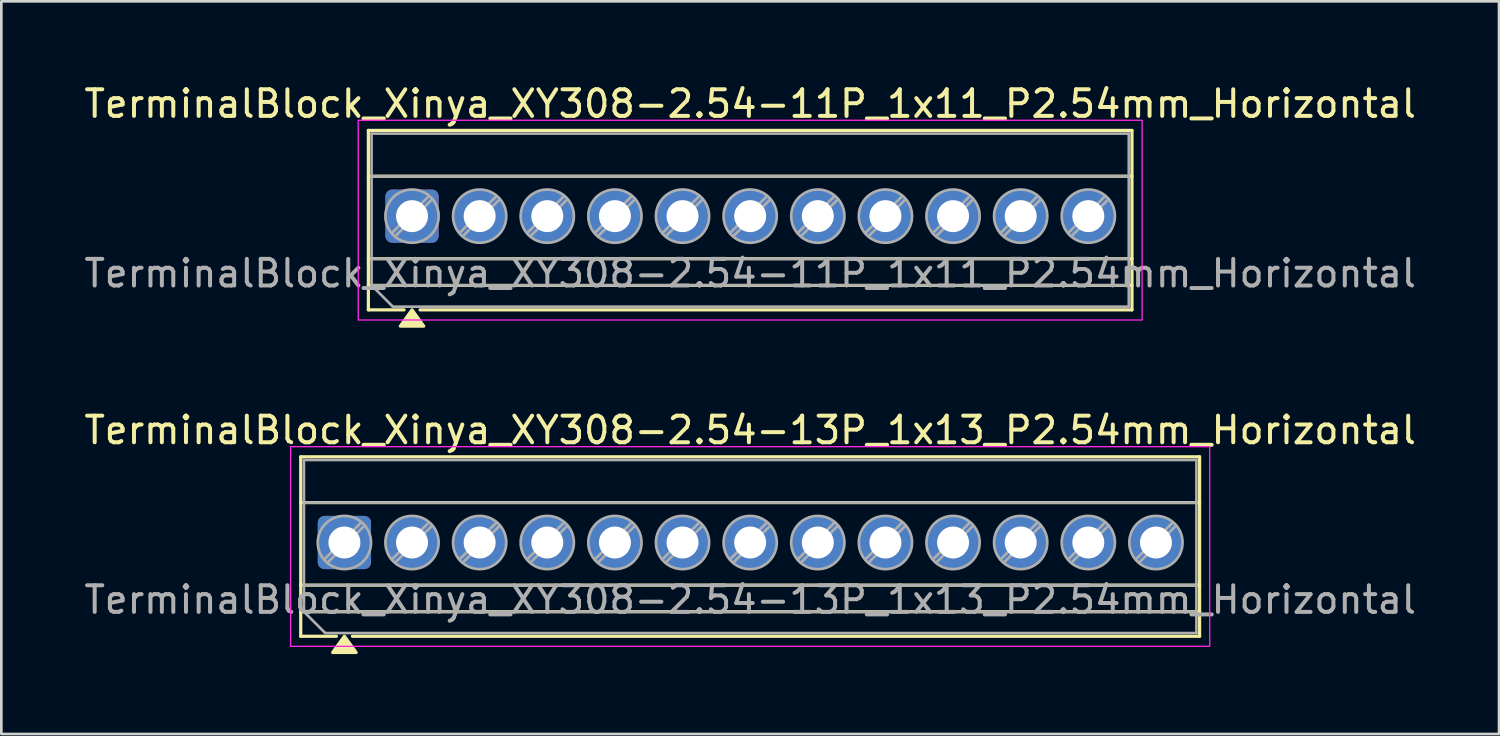
<source format=kicad_pcb>
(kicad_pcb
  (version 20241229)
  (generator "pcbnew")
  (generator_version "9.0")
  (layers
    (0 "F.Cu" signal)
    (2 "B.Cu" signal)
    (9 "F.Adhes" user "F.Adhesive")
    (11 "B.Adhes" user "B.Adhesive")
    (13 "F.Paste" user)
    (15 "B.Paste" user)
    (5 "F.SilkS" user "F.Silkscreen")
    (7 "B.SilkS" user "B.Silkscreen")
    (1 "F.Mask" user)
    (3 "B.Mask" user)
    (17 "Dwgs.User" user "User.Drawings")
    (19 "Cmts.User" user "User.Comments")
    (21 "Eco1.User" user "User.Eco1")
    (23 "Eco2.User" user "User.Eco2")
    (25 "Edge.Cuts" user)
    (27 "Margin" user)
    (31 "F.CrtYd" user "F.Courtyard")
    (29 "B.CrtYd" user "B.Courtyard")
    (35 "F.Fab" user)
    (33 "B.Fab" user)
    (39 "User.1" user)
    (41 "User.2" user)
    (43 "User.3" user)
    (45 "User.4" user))
  (footprint "TerminalBlock_Xinya_XY308-2.54-11P_1x11_P2.54mm_Horizontal"
    (layer "F.Cu")
    (at 12.425 5.068)
    (property "Reference" "TerminalBlock_Xinya_XY308-2.54-11P_1x11_P2.54mm_Horizontal" (at 12.7 -4.22 0) (layer "F.SilkS") (effects (font (size 1 1) (thickness 0.15))))
    (attr through_hole)
    (fp_line (start -1.64 -3.22) (end 27.04 -3.22) (stroke (width 0.12) (type solid)) (layer "F.SilkS"))
    (fp_line (start -1.64 -1.5) (end 27.04 -1.5) (stroke (width 0.12) (type solid)) (layer "F.SilkS"))
    (fp_line (start -1.64 1.6) (end 27.04 1.6) (stroke (width 0.12) (type solid)) (layer "F.SilkS"))
    (fp_line (start -1.64 2.6) (end 27.04 2.6) (stroke (width 0.12) (type solid)) (layer "F.SilkS"))
    (fp_line (start -1.64 3.52) (end -1.64 -3.22) (stroke (width 0.12) (type solid)) (layer "F.SilkS"))
    (fp_line (start -0.3 3.52) (end -1.64 3.52) (stroke (width 0.12) (type solid)) (layer "F.SilkS"))
    (fp_line (start 27.04 -3.22) (end 27.04 3.52) (stroke (width 0.12) (type solid)) (layer "F.SilkS"))
    (fp_line (start 27.04 3.52) (end 0.3 3.52) (stroke (width 0.12) (type solid)) (layer "F.SilkS"))
    (fp_poly (pts (xy 0 3.52) (xy 0.44 4.13) (xy -0.44 4.13)) (stroke (width 0.12) (type solid)) (fill yes) (layer "F.SilkS"))
    (fp_rect (start -2.02 -3.6) (end 27.42 3.9) (stroke (width 0.05) (type solid)) (fill no) (layer "F.CrtYd"))
    (fp_line (start -1.52 -3.1) (end 26.92 -3.1) (stroke (width 0.1) (type solid)) (layer "F.Fab"))
    (fp_line (start -1.52 -1.5) (end 26.92 -1.5) (stroke (width 0.1) (type solid)) (layer "F.Fab"))
    (fp_line (start -1.52 1.6) (end 26.92 1.6) (stroke (width 0.1) (type solid)) (layer "F.Fab"))
    (fp_line (start -1.52 2.6) (end -1.52 -3.1) (stroke (width 0.1) (type solid)) (layer "F.Fab"))
    (fp_line (start -1.52 2.6) (end 26.92 2.6) (stroke (width 0.1) (type solid)) (layer "F.Fab"))
    (fp_line (start -0.72 3.4) (end -1.52 2.6) (stroke (width 0.1) (type solid)) (layer "F.Fab"))
    (fp_line (start 0.636 -0.758) (end -0.758 0.636) (stroke (width 0.1) (type solid)) (layer "F.Fab"))
    (fp_line (start 0.758 -0.636) (end -0.636 0.758) (stroke (width 0.1) (type solid)) (layer "F.Fab"))
    (fp_line (start 3.176 -0.758) (end 1.782 0.636) (stroke (width 0.1) (type solid)) (layer "F.Fab"))
    (fp_line (start 3.298 -0.636) (end 1.904 0.758) (stroke (width 0.1) (type solid)) (layer "F.Fab"))
    (fp_line (start 5.716 -0.758) (end 4.322 0.636) (stroke (width 0.1) (type solid)) (layer "F.Fab"))
    (fp_line (start 5.838 -0.636) (end 4.444 0.758) (stroke (width 0.1) (type solid)) (layer "F.Fab"))
    (fp_line (start 8.256 -0.758) (end 6.862 0.636) (stroke (width 0.1) (type solid)) (layer "F.Fab"))
    (fp_line (start 8.378 -0.636) (end 6.984 0.758) (stroke (width 0.1) (type solid)) (layer "F.Fab"))
    (fp_line (start 10.796 -0.758) (end 9.402 0.636) (stroke (width 0.1) (type solid)) (layer "F.Fab"))
    (fp_line (start 10.918 -0.636) (end 9.524 0.758) (stroke (width 0.1) (type solid)) (layer "F.Fab"))
    (fp_line (start 13.336 -0.758) (end 11.942 0.636) (stroke (width 0.1) (type solid)) (layer "F.Fab"))
    (fp_line (start 13.458 -0.636) (end 12.064 0.758) (stroke (width 0.1) (type solid)) (layer "F.Fab"))
    (fp_line (start 15.876 -0.758) (end 14.482 0.636) (stroke (width 0.1) (type solid)) (layer "F.Fab"))
    (fp_line (start 15.998 -0.636) (end 14.604 0.758) (stroke (width 0.1) (type solid)) (layer "F.Fab"))
    (fp_line (start 18.416 -0.758) (end 17.022 0.636) (stroke (width 0.1) (type solid)) (layer "F.Fab"))
    (fp_line (start 18.538 -0.636) (end 17.144 0.758) (stroke (width 0.1) (type solid)) (layer "F.Fab"))
    (fp_line (start 20.956 -0.758) (end 19.562 0.636) (stroke (width 0.1) (type solid)) (layer "F.Fab"))
    (fp_line (start 21.078 -0.636) (end 19.684 0.758) (stroke (width 0.1) (type solid)) (layer "F.Fab"))
    (fp_line (start 23.496 -0.758) (end 22.102 0.636) (stroke (width 0.1) (type solid)) (layer "F.Fab"))
    (fp_line (start 23.618 -0.636) (end 22.224 0.758) (stroke (width 0.1) (type solid)) (layer "F.Fab"))
    (fp_line (start 26.036 -0.758) (end 24.642 0.636) (stroke (width 0.1) (type solid)) (layer "F.Fab"))
    (fp_line (start 26.158 -0.636) (end 24.764 0.758) (stroke (width 0.1) (type solid)) (layer "F.Fab"))
    (fp_line (start 26.92 -3.1) (end 26.92 3.4) (stroke (width 0.1) (type solid)) (layer "F.Fab"))
    (fp_line (start 26.92 3.4) (end -0.72 3.4) (stroke (width 0.1) (type solid)) (layer "F.Fab"))
    (fp_circle (center 0 0) (end 1 0) (stroke (width 0.1) (type solid)) (fill no) (layer "F.Fab"))
    (fp_circle (center 2.54 0) (end 3.54 0) (stroke (width 0.1) (type solid)) (fill no) (layer "F.Fab"))
    (fp_circle (center 5.08 0) (end 6.08 0) (stroke (width 0.1) (type solid)) (fill no) (layer "F.Fab"))
    (fp_circle (center 7.62 0) (end 8.62 0) (stroke (width 0.1) (type solid)) (fill no) (layer "F.Fab"))
    (fp_circle (center 10.16 0) (end 11.16 0) (stroke (width 0.1) (type solid)) (fill no) (layer "F.Fab"))
    (fp_circle (center 12.7 0) (end 13.7 0) (stroke (width 0.1) (type solid)) (fill no) (layer "F.Fab"))
    (fp_circle (center 15.24 0) (end 16.24 0) (stroke (width 0.1) (type solid)) (fill no) (layer "F.Fab"))
    (fp_circle (center 17.78 0) (end 18.78 0) (stroke (width 0.1) (type solid)) (fill no) (layer "F.Fab"))
    (fp_circle (center 20.32 0) (end 21.32 0) (stroke (width 0.1) (type solid)) (fill no) (layer "F.Fab"))
    (fp_circle (center 22.86 0) (end 23.86 0) (stroke (width 0.1) (type solid)) (fill no) (layer "F.Fab"))
    (fp_circle (center 25.4 0) (end 26.4 0) (stroke (width 0.1) (type solid)) (fill no) (layer "F.Fab"))
    (fp_text user "${REFERENCE}" (at 12.7 2.15 0) (layer "F.Fab") (effects (font (size 1 1) (thickness 0.15))))
    (pad "1" thru_hole roundrect (at 0 0) (size 2 2) (drill 1.2) (layers "*.Cu" "*.Mask") (roundrect_rratio 0.125))
    (pad "2" thru_hole circle (at 2.54 0) (size 2 2) (drill 1.2) (layers "*.Cu" "*.Mask"))
    (pad "3" thru_hole circle (at 5.08 0) (size 2 2) (drill 1.2) (layers "*.Cu" "*.Mask"))
    (pad "4" thru_hole circle (at 7.62 0) (size 2 2) (drill 1.2) (layers "*.Cu" "*.Mask"))
    (pad "5" thru_hole circle (at 10.16 0) (size 2 2) (drill 1.2) (layers "*.Cu" "*.Mask"))
    (pad "6" thru_hole circle (at 12.7 0) (size 2 2) (drill 1.2) (layers "*.Cu" "*.Mask"))
    (pad "7" thru_hole circle (at 15.24 0) (size 2 2) (drill 1.2) (layers "*.Cu" "*.Mask"))
    (pad "8" thru_hole circle (at 17.78 0) (size 2 2) (drill 1.2) (layers "*.Cu" "*.Mask"))
    (pad "9" thru_hole circle (at 20.32 0) (size 2 2) (drill 1.2) (layers "*.Cu" "*.Mask"))
    (pad "10" thru_hole circle (at 22.86 0) (size 2 2) (drill 1.2) (layers "*.Cu" "*.Mask"))
    (pad "11" thru_hole circle (at 25.4 0) (size 2 2) (drill 1.2) (layers "*.Cu" "*.Mask")))
  (footprint "TerminalBlock_Xinya_XY308-2.54-13P_1x13_P2.54mm_Horizontal"
    (layer "F.Cu")
    (at 9.885 17.326)
    (property "Reference" "TerminalBlock_Xinya_XY308-2.54-13P_1x13_P2.54mm_Horizontal" (at 15.24 -4.22 0) (layer "F.SilkS") (effects (font (size 1 1) (thickness 0.15))))
    (attr through_hole)
    (fp_line (start -1.64 -3.22) (end 32.12 -3.22) (stroke (width 0.12) (type solid)) (layer "F.SilkS"))
    (fp_line (start -1.64 -1.5) (end 32.12 -1.5) (stroke (width 0.12) (type solid)) (layer "F.SilkS"))
    (fp_line (start -1.64 1.6) (end 32.12 1.6) (stroke (width 0.12) (type solid)) (layer "F.SilkS"))
    (fp_line (start -1.64 2.6) (end 32.12 2.6) (stroke (width 0.12) (type solid)) (layer "F.SilkS"))
    (fp_line (start -1.64 3.52) (end -1.64 -3.22) (stroke (width 0.12) (type solid)) (layer "F.SilkS"))
    (fp_line (start -0.3 3.52) (end -1.64 3.52) (stroke (width 0.12) (type solid)) (layer "F.SilkS"))
    (fp_line (start 32.12 -3.22) (end 32.12 3.52) (stroke (width 0.12) (type solid)) (layer "F.SilkS"))
    (fp_line (start 32.12 3.52) (end 0.3 3.52) (stroke (width 0.12) (type solid)) (layer "F.SilkS"))
    (fp_poly (pts (xy 0 3.52) (xy 0.44 4.13) (xy -0.44 4.13)) (stroke (width 0.12) (type solid)) (fill yes) (layer "F.SilkS"))
    (fp_rect (start -2.02 -3.6) (end 32.5 3.9) (stroke (width 0.05) (type solid)) (fill no) (layer "F.CrtYd"))
    (fp_line (start -1.52 -3.1) (end 32 -3.1) (stroke (width 0.1) (type solid)) (layer "F.Fab"))
    (fp_line (start -1.52 -1.5) (end 32 -1.5) (stroke (width 0.1) (type solid)) (layer "F.Fab"))
    (fp_line (start -1.52 1.6) (end 32 1.6) (stroke (width 0.1) (type solid)) (layer "F.Fab"))
    (fp_line (start -1.52 2.6) (end -1.52 -3.1) (stroke (width 0.1) (type solid)) (layer "F.Fab"))
    (fp_line (start -1.52 2.6) (end 32 2.6) (stroke (width 0.1) (type solid)) (layer "F.Fab"))
    (fp_line (start -0.72 3.4) (end -1.52 2.6) (stroke (width 0.1) (type solid)) (layer "F.Fab"))
    (fp_line (start 0.636 -0.758) (end -0.758 0.636) (stroke (width 0.1) (type solid)) (layer "F.Fab"))
    (fp_line (start 0.758 -0.636) (end -0.636 0.758) (stroke (width 0.1) (type solid)) (layer "F.Fab"))
    (fp_line (start 3.176 -0.758) (end 1.782 0.636) (stroke (width 0.1) (type solid)) (layer "F.Fab"))
    (fp_line (start 3.298 -0.636) (end 1.904 0.758) (stroke (width 0.1) (type solid)) (layer "F.Fab"))
    (fp_line (start 5.716 -0.758) (end 4.322 0.636) (stroke (width 0.1) (type solid)) (layer "F.Fab"))
    (fp_line (start 5.838 -0.636) (end 4.444 0.758) (stroke (width 0.1) (type solid)) (layer "F.Fab"))
    (fp_line (start 8.256 -0.758) (end 6.862 0.636) (stroke (width 0.1) (type solid)) (layer "F.Fab"))
    (fp_line (start 8.378 -0.636) (end 6.984 0.758) (stroke (width 0.1) (type solid)) (layer "F.Fab"))
    (fp_line (start 10.796 -0.758) (end 9.402 0.636) (stroke (width 0.1) (type solid)) (layer "F.Fab"))
    (fp_line (start 10.918 -0.636) (end 9.524 0.758) (stroke (width 0.1) (type solid)) (layer "F.Fab"))
    (fp_line (start 13.336 -0.758) (end 11.942 0.636) (stroke (width 0.1) (type solid)) (layer "F.Fab"))
    (fp_line (start 13.458 -0.636) (end 12.064 0.758) (stroke (width 0.1) (type solid)) (layer "F.Fab"))
    (fp_line (start 15.876 -0.758) (end 14.482 0.636) (stroke (width 0.1) (type solid)) (layer "F.Fab"))
    (fp_line (start 15.998 -0.636) (end 14.604 0.758) (stroke (width 0.1) (type solid)) (layer "F.Fab"))
    (fp_line (start 18.416 -0.758) (end 17.022 0.636) (stroke (width 0.1) (type solid)) (layer "F.Fab"))
    (fp_line (start 18.538 -0.636) (end 17.144 0.758) (stroke (width 0.1) (type solid)) (layer "F.Fab"))
    (fp_line (start 20.956 -0.758) (end 19.562 0.636) (stroke (width 0.1) (type solid)) (layer "F.Fab"))
    (fp_line (start 21.078 -0.636) (end 19.684 0.758) (stroke (width 0.1) (type solid)) (layer "F.Fab"))
    (fp_line (start 23.496 -0.758) (end 22.102 0.636) (stroke (width 0.1) (type solid)) (layer "F.Fab"))
    (fp_line (start 23.618 -0.636) (end 22.224 0.758) (stroke (width 0.1) (type solid)) (layer "F.Fab"))
    (fp_line (start 26.036 -0.758) (end 24.642 0.636) (stroke (width 0.1) (type solid)) (layer "F.Fab"))
    (fp_line (start 26.158 -0.636) (end 24.764 0.758) (stroke (width 0.1) (type solid)) (layer "F.Fab"))
    (fp_line (start 28.576 -0.758) (end 27.182 0.636) (stroke (width 0.1) (type solid)) (layer "F.Fab"))
    (fp_line (start 28.698 -0.636) (end 27.304 0.758) (stroke (width 0.1) (type solid)) (layer "F.Fab"))
    (fp_line (start 31.116 -0.758) (end 29.722 0.636) (stroke (width 0.1) (type solid)) (layer "F.Fab"))
    (fp_line (start 31.238 -0.636) (end 29.844 0.758) (stroke (width 0.1) (type solid)) (layer "F.Fab"))
    (fp_line (start 32 -3.1) (end 32 3.4) (stroke (width 0.1) (type solid)) (layer "F.Fab"))
    (fp_line (start 32 3.4) (end -0.72 3.4) (stroke (width 0.1) (type solid)) (layer "F.Fab"))
    (fp_circle (center 0 0) (end 1 0) (stroke (width 0.1) (type solid)) (fill no) (layer "F.Fab"))
    (fp_circle (center 2.54 0) (end 3.54 0) (stroke (width 0.1) (type solid)) (fill no) (layer "F.Fab"))
    (fp_circle (center 5.08 0) (end 6.08 0) (stroke (width 0.1) (type solid)) (fill no) (layer "F.Fab"))
    (fp_circle (center 7.62 0) (end 8.62 0) (stroke (width 0.1) (type solid)) (fill no) (layer "F.Fab"))
    (fp_circle (center 10.16 0) (end 11.16 0) (stroke (width 0.1) (type solid)) (fill no) (layer "F.Fab"))
    (fp_circle (center 12.7 0) (end 13.7 0) (stroke (width 0.1) (type solid)) (fill no) (layer "F.Fab"))
    (fp_circle (center 15.24 0) (end 16.24 0) (stroke (width 0.1) (type solid)) (fill no) (layer "F.Fab"))
    (fp_circle (center 17.78 0) (end 18.78 0) (stroke (width 0.1) (type solid)) (fill no) (layer "F.Fab"))
    (fp_circle (center 20.32 0) (end 21.32 0) (stroke (width 0.1) (type solid)) (fill no) (layer "F.Fab"))
    (fp_circle (center 22.86 0) (end 23.86 0) (stroke (width 0.1) (type solid)) (fill no) (layer "F.Fab"))
    (fp_circle (center 25.4 0) (end 26.4 0) (stroke (width 0.1) (type solid)) (fill no) (layer "F.Fab"))
    (fp_circle (center 27.94 0) (end 28.94 0) (stroke (width 0.1) (type solid)) (fill no) (layer "F.Fab"))
    (fp_circle (center 30.48 0) (end 31.48 0) (stroke (width 0.1) (type solid)) (fill no) (layer "F.Fab"))
    (fp_text user "${REFERENCE}" (at 15.24 2.15 0) (layer "F.Fab") (effects (font (size 1 1) (thickness 0.15))))
    (pad "1" thru_hole roundrect (at 0 0) (size 2 2) (drill 1.2) (layers "*.Cu" "*.Mask") (roundrect_rratio 0.125))
    (pad "2" thru_hole circle (at 2.54 0) (size 2 2) (drill 1.2) (layers "*.Cu" "*.Mask"))
    (pad "3" thru_hole circle (at 5.08 0) (size 2 2) (drill 1.2) (layers "*.Cu" "*.Mask"))
    (pad "4" thru_hole circle (at 7.62 0) (size 2 2) (drill 1.2) (layers "*.Cu" "*.Mask"))
    (pad "5" thru_hole circle (at 10.16 0) (size 2 2) (drill 1.2) (layers "*.Cu" "*.Mask"))
    (pad "6" thru_hole circle (at 12.7 0) (size 2 2) (drill 1.2) (layers "*.Cu" "*.Mask"))
    (pad "7" thru_hole circle (at 15.24 0) (size 2 2) (drill 1.2) (layers "*.Cu" "*.Mask"))
    (pad "8" thru_hole circle (at 17.78 0) (size 2 2) (drill 1.2) (layers "*.Cu" "*.Mask"))
    (pad "9" thru_hole circle (at 20.32 0) (size 2 2) (drill 1.2) (layers "*.Cu" "*.Mask"))
    (pad "10" thru_hole circle (at 22.86 0) (size 2 2) (drill 1.2) (layers "*.Cu" "*.Mask"))
    (pad "11" thru_hole circle (at 25.4 0) (size 2 2) (drill 1.2) (layers "*.Cu" "*.Mask"))
    (pad "12" thru_hole circle (at 27.94 0) (size 2 2) (drill 1.2) (layers "*.Cu" "*.Mask"))
    (pad "13" thru_hole circle (at 30.48 0) (size 2 2) (drill 1.2) (layers "*.Cu" "*.Mask")))
  (gr_rect
    (start -3 -3)
    (end 53.25 24.517)
    (stroke (width 0.1) (type default))
    (fill no)
    (layer "Edge.Cuts")))
</source>
